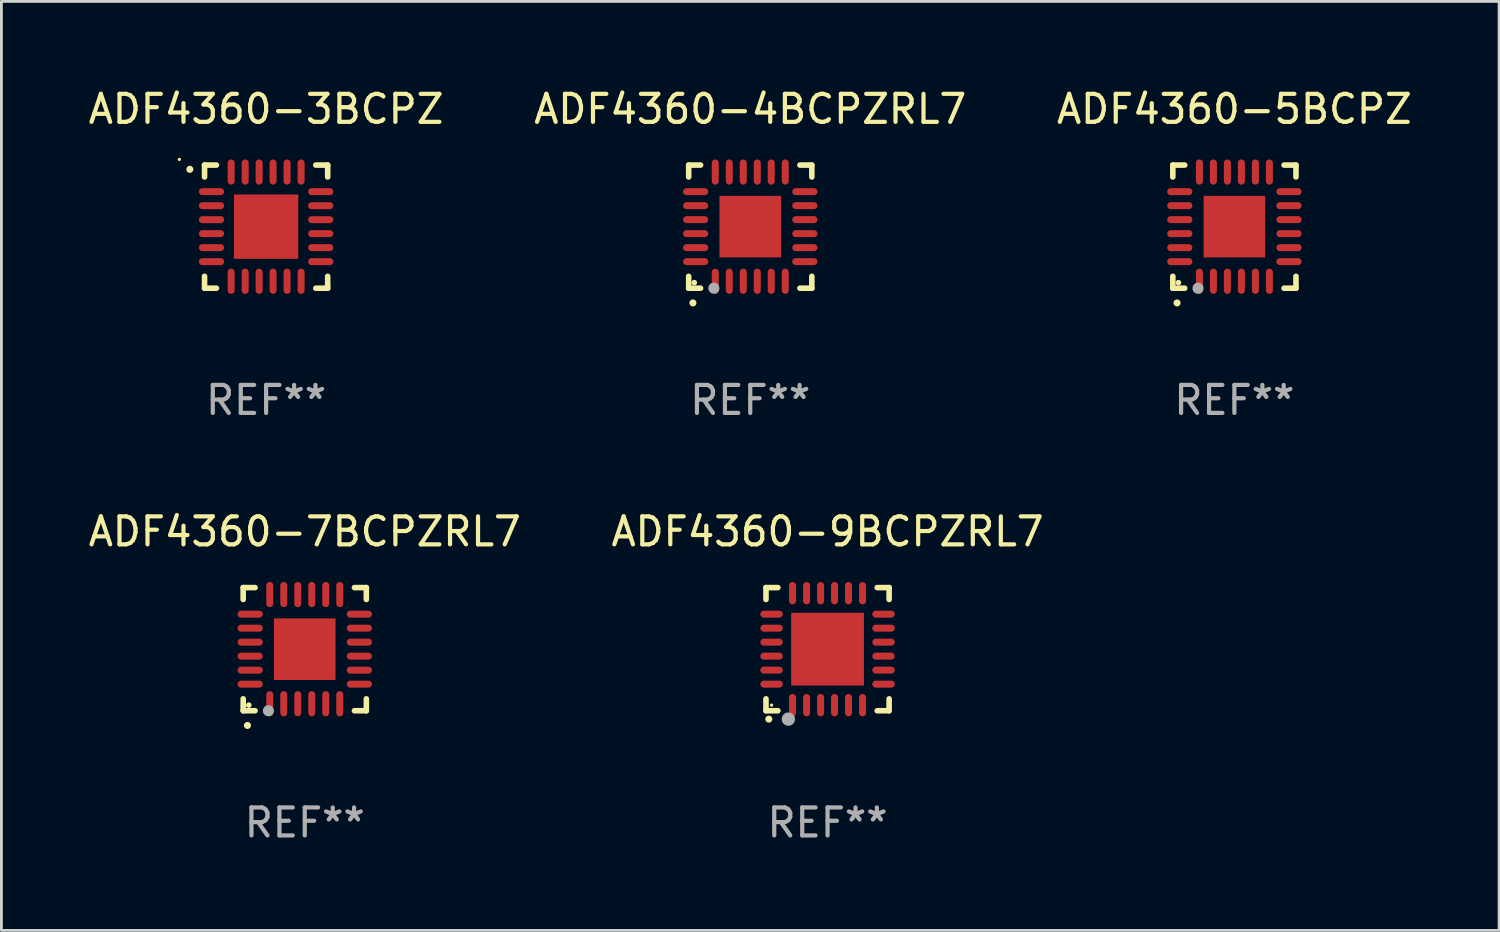
<source format=kicad_pcb>
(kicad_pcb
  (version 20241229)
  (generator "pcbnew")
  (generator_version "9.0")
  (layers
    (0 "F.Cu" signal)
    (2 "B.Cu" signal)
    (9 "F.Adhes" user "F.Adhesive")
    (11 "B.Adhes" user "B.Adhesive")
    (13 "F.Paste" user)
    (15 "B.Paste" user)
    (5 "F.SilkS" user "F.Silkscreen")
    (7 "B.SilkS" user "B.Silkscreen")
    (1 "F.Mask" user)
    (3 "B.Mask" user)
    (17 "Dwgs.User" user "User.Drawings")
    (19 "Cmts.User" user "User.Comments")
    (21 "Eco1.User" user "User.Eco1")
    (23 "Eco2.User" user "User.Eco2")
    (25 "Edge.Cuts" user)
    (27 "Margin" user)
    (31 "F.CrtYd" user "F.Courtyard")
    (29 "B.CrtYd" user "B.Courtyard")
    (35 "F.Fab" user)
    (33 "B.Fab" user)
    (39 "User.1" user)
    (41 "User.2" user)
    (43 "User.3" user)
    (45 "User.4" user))
  (footprint "ADF4360-3BCPZ"
    (layer "F.Cu")
    (at 6.458 5.048)
    (property "Reference" "ADF4360-3BCPZ" (at 0 -4.2 0) (layer "F.SilkS") (effects (font (size 1 1) (thickness 0.15))))
    (attr through_hole)
    (fp_line (start -2.2 -2.2) (end -1.775 -2.2) (stroke (width 0.2) (type solid)) (layer "F.SilkS"))
    (fp_line (start -2.2 -1.775) (end -2.2 -2.2) (stroke (width 0.2) (type solid)) (layer "F.SilkS"))
    (fp_line (start -2.2 2.2) (end -2.2 1.775) (stroke (width 0.2) (type solid)) (layer "F.SilkS"))
    (fp_line (start -1.775 2.2) (end -2.2 2.2) (stroke (width 0.2) (type solid)) (layer "F.SilkS"))
    (fp_line (start 1.775 2.2) (end 2.2 2.2) (stroke (width 0.2) (type solid)) (layer "F.SilkS"))
    (fp_line (start 2.2 -2.2) (end 1.775 -2.2) (stroke (width 0.2) (type solid)) (layer "F.SilkS"))
    (fp_line (start 2.2 -1.775) (end 2.2 -2.2) (stroke (width 0.2) (type solid)) (layer "F.SilkS"))
    (fp_line (start 2.2 2.2) (end 2.2 1.775) (stroke (width 0.2) (type solid)) (layer "F.SilkS"))
    (fp_arc (start -2.725425 -2.047244) (mid -2.725431 -2.048514) (end -2.725425 -2.049784) (stroke (width 0.25) (type solid)) (layer "F.SilkS"))
    (fp_circle (center -3.1 -2.401) (end -3.07 -2.401) (stroke (width 0.06) (type solid)) (fill no) (layer "F.SilkS"))
    (fp_text user "REF**" (at 0 6.2 0) (layer "F.Fab") (effects (font (size 1 1) (thickness 0.15))))
    (pad "1" smd oval (at -1.951 -1.25 90) (size 0.25 0.9) (layers "F.Cu" "F.Mask" "F.Paste"))
    (pad "2" smd oval (at -1.951 -0.749 90) (size 0.25 0.9) (layers "F.Cu" "F.Mask" "F.Paste"))
    (pad "3" smd oval (at -1.951 -0.249 90) (size 0.25 0.9) (layers "F.Cu" "F.Mask" "F.Paste"))
    (pad "4" smd oval (at -1.951 0.249 90) (size 0.25 0.9) (layers "F.Cu" "F.Mask" "F.Paste"))
    (pad "5" smd oval (at -1.951 0.749 90) (size 0.25 0.9) (layers "F.Cu" "F.Mask" "F.Paste"))
    (pad "6" smd oval (at -1.951 1.25 90) (size 0.25 0.9) (layers "F.Cu" "F.Mask" "F.Paste"))
    (pad "7" smd oval (at -1.25 1.951) (size 0.25 0.9) (layers "F.Cu" "F.Mask" "F.Paste"))
    (pad "8" smd oval (at -0.749 1.951) (size 0.25 0.9) (layers "F.Cu" "F.Mask" "F.Paste"))
    (pad "9" smd oval (at -0.249 1.951) (size 0.25 0.9) (layers "F.Cu" "F.Mask" "F.Paste"))
    (pad "10" smd oval (at 0.249 1.951) (size 0.25 0.9) (layers "F.Cu" "F.Mask" "F.Paste"))
    (pad "11" smd oval (at 0.749 1.951) (size 0.25 0.9) (layers "F.Cu" "F.Mask" "F.Paste"))
    (pad "12" smd oval (at 1.25 1.951) (size 0.25 0.9) (layers "F.Cu" "F.Mask" "F.Paste"))
    (pad "13" smd oval (at 1.951 1.25 90) (size 0.25 0.9) (layers "F.Cu" "F.Mask" "F.Paste"))
    (pad "14" smd oval (at 1.951 0.749 90) (size 0.25 0.9) (layers "F.Cu" "F.Mask" "F.Paste"))
    (pad "15" smd oval (at 1.951 0.249 90) (size 0.25 0.9) (layers "F.Cu" "F.Mask" "F.Paste"))
    (pad "16" smd oval (at 1.951 -0.249 90) (size 0.25 0.9) (layers "F.Cu" "F.Mask" "F.Paste"))
    (pad "17" smd oval (at 1.951 -0.749 90) (size 0.25 0.9) (layers "F.Cu" "F.Mask" "F.Paste"))
    (pad "18" smd oval (at 1.951 -1.25 90) (size 0.25 0.9) (layers "F.Cu" "F.Mask" "F.Paste"))
    (pad "19" smd oval (at 1.25 -1.951) (size 0.25 0.9) (layers "F.Cu" "F.Mask" "F.Paste"))
    (pad "20" smd oval (at 0.749 -1.951) (size 0.25 0.9) (layers "F.Cu" "F.Mask" "F.Paste"))
    (pad "21" smd oval (at 0.249 -1.951) (size 0.25 0.9) (layers "F.Cu" "F.Mask" "F.Paste"))
    (pad "22" smd oval (at -0.249 -1.951) (size 0.25 0.9) (layers "F.Cu" "F.Mask" "F.Paste"))
    (pad "23" smd oval (at -0.749 -1.951) (size 0.25 0.9) (layers "F.Cu" "F.Mask" "F.Paste"))
    (pad "24" smd oval (at -1.25 -1.951) (size 0.25 0.9) (layers "F.Cu" "F.Mask" "F.Paste"))
    (pad "25" smd rect (at 0 0) (size 2.3 2.3) (layers "F.Cu" "F.Mask" "F.Paste")))
  (footprint "ADF4360-5BCPZ"
    (layer "F.Cu")
    (at 41.054 5.048)
    (property "Reference" "ADF4360-5BCPZ" (at 0 -4.2 0) (layer "F.SilkS") (effects (font (size 1 1) (thickness 0.15))))
    (attr through_hole)
    (fp_line (start -2.2 -2.2) (end -2.2 -1.775) (stroke (width 0.2) (type solid)) (layer "F.SilkS"))
    (fp_line (start -2.2 2.2) (end -2.2 1.775) (stroke (width 0.2) (type solid)) (layer "F.SilkS"))
    (fp_line (start -1.775 -2.2) (end -2.2 -2.2) (stroke (width 0.2) (type solid)) (layer "F.SilkS"))
    (fp_line (start -1.775 2.2) (end -2.2 2.2) (stroke (width 0.2) (type solid)) (layer "F.SilkS"))
    (fp_line (start 2.2 -2.2) (end 1.775 -2.2) (stroke (width 0.2) (type solid)) (layer "F.SilkS"))
    (fp_line (start 2.2 -1.775) (end 2.2 -2.2) (stroke (width 0.2) (type solid)) (layer "F.SilkS"))
    (fp_line (start 2.2 1.775) (end 2.2 2.2) (stroke (width 0.2) (type solid)) (layer "F.SilkS"))
    (fp_line (start 2.2 2.2) (end 1.775 2.2) (stroke (width 0.2) (type solid)) (layer "F.SilkS"))
    (fp_arc (start -2.049784 2.725425) (mid -2.048514 2.725419) (end -2.047244 2.725425) (stroke (width 0.25) (type solid)) (layer "F.SilkS"))
    (fp_circle (center -2 2) (end -1.95 2) (stroke (width 0.1) (type solid)) (fill no) (layer "F.SilkS"))
    (fp_circle (center -1.3 2.2) (end -1.2 2.2) (stroke (width 0.2) (type solid)) (fill no) (layer "F.Fab"))
    (fp_text user "REF**" (at 0 6.2 0) (layer "F.Fab") (effects (font (size 1 1) (thickness 0.15))))
    (pad "1" smd oval (at -1.25 1.951) (size 0.25 0.9) (layers "F.Cu" "F.Mask" "F.Paste"))
    (pad "2" smd oval (at -0.75 1.951) (size 0.25 0.9) (layers "F.Cu" "F.Mask" "F.Paste"))
    (pad "3" smd oval (at -0.25 1.951) (size 0.25 0.9) (layers "F.Cu" "F.Mask" "F.Paste"))
    (pad "4" smd oval (at 0.25 1.951) (size 0.25 0.9) (layers "F.Cu" "F.Mask" "F.Paste"))
    (pad "5" smd oval (at 0.75 1.951) (size 0.25 0.9) (layers "F.Cu" "F.Mask" "F.Paste"))
    (pad "6" smd oval (at 1.25 1.951) (size 0.25 0.9) (layers "F.Cu" "F.Mask" "F.Paste"))
    (pad "7" smd oval (at 1.951 1.25) (size 0.9 0.25) (layers "F.Cu" "F.Mask" "F.Paste"))
    (pad "8" smd oval (at 1.951 0.75) (size 0.9 0.25) (layers "F.Cu" "F.Mask" "F.Paste"))
    (pad "9" smd oval (at 1.951 0.25) (size 0.9 0.25) (layers "F.Cu" "F.Mask" "F.Paste"))
    (pad "10" smd oval (at 1.951 -0.25) (size 0.9 0.25) (layers "F.Cu" "F.Mask" "F.Paste"))
    (pad "11" smd oval (at 1.951 -0.75) (size 0.9 0.25) (layers "F.Cu" "F.Mask" "F.Paste"))
    (pad "12" smd oval (at 1.951 -1.25) (size 0.9 0.25) (layers "F.Cu" "F.Mask" "F.Paste"))
    (pad "13" smd oval (at 1.25 -1.951) (size 0.25 0.9) (layers "F.Cu" "F.Mask" "F.Paste"))
    (pad "14" smd oval (at 0.75 -1.951) (size 0.25 0.9) (layers "F.Cu" "F.Mask" "F.Paste"))
    (pad "15" smd oval (at 0.25 -1.951) (size 0.25 0.9) (layers "F.Cu" "F.Mask" "F.Paste"))
    (pad "16" smd oval (at -0.25 -1.951) (size 0.25 0.9) (layers "F.Cu" "F.Mask" "F.Paste"))
    (pad "17" smd oval (at -0.75 -1.951) (size 0.25 0.9) (layers "F.Cu" "F.Mask" "F.Paste"))
    (pad "18" smd oval (at -1.25 -1.951) (size 0.25 0.9) (layers "F.Cu" "F.Mask" "F.Paste"))
    (pad "19" smd oval (at -1.951 -1.25) (size 0.9 0.25) (layers "F.Cu" "F.Mask" "F.Paste"))
    (pad "20" smd oval (at -1.951 -0.75) (size 0.9 0.25) (layers "F.Cu" "F.Mask" "F.Paste"))
    (pad "21" smd oval (at -1.951 -0.25) (size 0.9 0.25) (layers "F.Cu" "F.Mask" "F.Paste"))
    (pad "22" smd oval (at -1.951 0.25) (size 0.9 0.25) (layers "F.Cu" "F.Mask" "F.Paste"))
    (pad "23" smd oval (at -1.951 0.75) (size 0.9 0.25) (layers "F.Cu" "F.Mask" "F.Paste"))
    (pad "24" smd oval (at -1.951 1.25) (size 0.9 0.25) (layers "F.Cu" "F.Mask" "F.Paste"))
    (pad "25" smd rect (at 0.000076 0) (size 2.2 2.2) (layers "F.Cu" "F.Mask" "F.Paste")))
  (footprint "ADF4360-7BCPZRL7"
    (layer "F.Cu")
    (at 7.839 20.144)
    (property "Reference" "ADF4360-7BCPZRL7" (at 0 -4.2 0) (layer "F.SilkS") (effects (font (size 1 1) (thickness 0.15))))
    (attr through_hole)
    (fp_line (start -2.2 -2.2) (end -2.2 -1.775) (stroke (width 0.2) (type solid)) (layer "F.SilkS"))
    (fp_line (start -2.2 2.2) (end -2.2 1.775) (stroke (width 0.2) (type solid)) (layer "F.SilkS"))
    (fp_line (start -1.775 -2.2) (end -2.2 -2.2) (stroke (width 0.2) (type solid)) (layer "F.SilkS"))
    (fp_line (start -1.775 2.2) (end -2.2 2.2) (stroke (width 0.2) (type solid)) (layer "F.SilkS"))
    (fp_line (start 2.2 -2.2) (end 1.775 -2.2) (stroke (width 0.2) (type solid)) (layer "F.SilkS"))
    (fp_line (start 2.2 -1.775) (end 2.2 -2.2) (stroke (width 0.2) (type solid)) (layer "F.SilkS"))
    (fp_line (start 2.2 1.775) (end 2.2 2.2) (stroke (width 0.2) (type solid)) (layer "F.SilkS"))
    (fp_line (start 2.2 2.2) (end 1.775 2.2) (stroke (width 0.2) (type solid)) (layer "F.SilkS"))
    (fp_arc (start -2.049784 2.725425) (mid -2.048514 2.725419) (end -2.047244 2.725425) (stroke (width 0.25) (type solid)) (layer "F.SilkS"))
    (fp_circle (center -2 2) (end -1.95 2) (stroke (width 0.1) (type solid)) (fill no) (layer "F.SilkS"))
    (fp_circle (center -1.3 2.2) (end -1.2 2.2) (stroke (width 0.2) (type solid)) (fill no) (layer "F.Fab"))
    (fp_text user "REF**" (at 0 6.2 0) (layer "F.Fab") (effects (font (size 1 1) (thickness 0.15))))
    (pad "1" smd oval (at -1.25 1.951) (size 0.25 0.9) (layers "F.Cu" "F.Mask" "F.Paste"))
    (pad "2" smd oval (at -0.75 1.951) (size 0.25 0.9) (layers "F.Cu" "F.Mask" "F.Paste"))
    (pad "3" smd oval (at -0.25 1.951) (size 0.25 0.9) (layers "F.Cu" "F.Mask" "F.Paste"))
    (pad "4" smd oval (at 0.25 1.951) (size 0.25 0.9) (layers "F.Cu" "F.Mask" "F.Paste"))
    (pad "5" smd oval (at 0.75 1.951) (size 0.25 0.9) (layers "F.Cu" "F.Mask" "F.Paste"))
    (pad "6" smd oval (at 1.25 1.951) (size 0.25 0.9) (layers "F.Cu" "F.Mask" "F.Paste"))
    (pad "7" smd oval (at 1.951 1.25) (size 0.9 0.25) (layers "F.Cu" "F.Mask" "F.Paste"))
    (pad "8" smd oval (at 1.951 0.75) (size 0.9 0.25) (layers "F.Cu" "F.Mask" "F.Paste"))
    (pad "9" smd oval (at 1.951 0.25) (size 0.9 0.25) (layers "F.Cu" "F.Mask" "F.Paste"))
    (pad "10" smd oval (at 1.951 -0.25) (size 0.9 0.25) (layers "F.Cu" "F.Mask" "F.Paste"))
    (pad "11" smd oval (at 1.951 -0.75) (size 0.9 0.25) (layers "F.Cu" "F.Mask" "F.Paste"))
    (pad "12" smd oval (at 1.951 -1.25) (size 0.9 0.25) (layers "F.Cu" "F.Mask" "F.Paste"))
    (pad "13" smd oval (at 1.25 -1.951) (size 0.25 0.9) (layers "F.Cu" "F.Mask" "F.Paste"))
    (pad "14" smd oval (at 0.75 -1.951) (size 0.25 0.9) (layers "F.Cu" "F.Mask" "F.Paste"))
    (pad "15" smd oval (at 0.25 -1.951) (size 0.25 0.9) (layers "F.Cu" "F.Mask" "F.Paste"))
    (pad "16" smd oval (at -0.25 -1.951) (size 0.25 0.9) (layers "F.Cu" "F.Mask" "F.Paste"))
    (pad "17" smd oval (at -0.75 -1.951) (size 0.25 0.9) (layers "F.Cu" "F.Mask" "F.Paste"))
    (pad "18" smd oval (at -1.25 -1.951) (size 0.25 0.9) (layers "F.Cu" "F.Mask" "F.Paste"))
    (pad "19" smd oval (at -1.951 -1.25) (size 0.9 0.25) (layers "F.Cu" "F.Mask" "F.Paste"))
    (pad "20" smd oval (at -1.951 -0.75) (size 0.9 0.25) (layers "F.Cu" "F.Mask" "F.Paste"))
    (pad "21" smd oval (at -1.951 -0.25) (size 0.9 0.25) (layers "F.Cu" "F.Mask" "F.Paste"))
    (pad "22" smd oval (at -1.951 0.25) (size 0.9 0.25) (layers "F.Cu" "F.Mask" "F.Paste"))
    (pad "23" smd oval (at -1.951 0.75) (size 0.9 0.25) (layers "F.Cu" "F.Mask" "F.Paste"))
    (pad "24" smd oval (at -1.951 1.25) (size 0.9 0.25) (layers "F.Cu" "F.Mask" "F.Paste"))
    (pad "25" smd rect (at 0.000076 0) (size 2.2 2.2) (layers "F.Cu" "F.Mask" "F.Paste")))
  (footprint "ADF4360-4BCPZRL7"
    (layer "F.Cu")
    (at 23.756 5.048)
    (property "Reference" "ADF4360-4BCPZRL7" (at 0 -4.2 0) (layer "F.SilkS") (effects (font (size 1 1) (thickness 0.15))))
    (attr through_hole)
    (fp_line (start -2.2 -2.2) (end -2.2 -1.775) (stroke (width 0.2) (type solid)) (layer "F.SilkS"))
    (fp_line (start -2.2 2.2) (end -2.2 1.775) (stroke (width 0.2) (type solid)) (layer "F.SilkS"))
    (fp_line (start -1.775 -2.2) (end -2.2 -2.2) (stroke (width 0.2) (type solid)) (layer "F.SilkS"))
    (fp_line (start -1.775 2.2) (end -2.2 2.2) (stroke (width 0.2) (type solid)) (layer "F.SilkS"))
    (fp_line (start 2.2 -2.2) (end 1.775 -2.2) (stroke (width 0.2) (type solid)) (layer "F.SilkS"))
    (fp_line (start 2.2 -1.775) (end 2.2 -2.2) (stroke (width 0.2) (type solid)) (layer "F.SilkS"))
    (fp_line (start 2.2 1.775) (end 2.2 2.2) (stroke (width 0.2) (type solid)) (layer "F.SilkS"))
    (fp_line (start 2.2 2.2) (end 1.775 2.2) (stroke (width 0.2) (type solid)) (layer "F.SilkS"))
    (fp_arc (start -2.049784 2.725425) (mid -2.048514 2.725419) (end -2.047244 2.725425) (stroke (width 0.25) (type solid)) (layer "F.SilkS"))
    (fp_circle (center -2 2) (end -1.95 2) (stroke (width 0.1) (type solid)) (fill no) (layer "F.SilkS"))
    (fp_circle (center -1.3 2.2) (end -1.2 2.2) (stroke (width 0.2) (type solid)) (fill no) (layer "F.Fab"))
    (fp_text user "REF**" (at 0 6.2 0) (layer "F.Fab") (effects (font (size 1 1) (thickness 0.15))))
    (pad "1" smd oval (at -1.25 1.951) (size 0.25 0.9) (layers "F.Cu" "F.Mask" "F.Paste"))
    (pad "2" smd oval (at -0.75 1.951) (size 0.25 0.9) (layers "F.Cu" "F.Mask" "F.Paste"))
    (pad "3" smd oval (at -0.25 1.951) (size 0.25 0.9) (layers "F.Cu" "F.Mask" "F.Paste"))
    (pad "4" smd oval (at 0.25 1.951) (size 0.25 0.9) (layers "F.Cu" "F.Mask" "F.Paste"))
    (pad "5" smd oval (at 0.75 1.951) (size 0.25 0.9) (layers "F.Cu" "F.Mask" "F.Paste"))
    (pad "6" smd oval (at 1.25 1.951) (size 0.25 0.9) (layers "F.Cu" "F.Mask" "F.Paste"))
    (pad "7" smd oval (at 1.951 1.25) (size 0.9 0.25) (layers "F.Cu" "F.Mask" "F.Paste"))
    (pad "8" smd oval (at 1.951 0.75) (size 0.9 0.25) (layers "F.Cu" "F.Mask" "F.Paste"))
    (pad "9" smd oval (at 1.951 0.25) (size 0.9 0.25) (layers "F.Cu" "F.Mask" "F.Paste"))
    (pad "10" smd oval (at 1.951 -0.25) (size 0.9 0.25) (layers "F.Cu" "F.Mask" "F.Paste"))
    (pad "11" smd oval (at 1.951 -0.75) (size 0.9 0.25) (layers "F.Cu" "F.Mask" "F.Paste"))
    (pad "12" smd oval (at 1.951 -1.25) (size 0.9 0.25) (layers "F.Cu" "F.Mask" "F.Paste"))
    (pad "13" smd oval (at 1.25 -1.951) (size 0.25 0.9) (layers "F.Cu" "F.Mask" "F.Paste"))
    (pad "14" smd oval (at 0.75 -1.951) (size 0.25 0.9) (layers "F.Cu" "F.Mask" "F.Paste"))
    (pad "15" smd oval (at 0.25 -1.951) (size 0.25 0.9) (layers "F.Cu" "F.Mask" "F.Paste"))
    (pad "16" smd oval (at -0.25 -1.951) (size 0.25 0.9) (layers "F.Cu" "F.Mask" "F.Paste"))
    (pad "17" smd oval (at -0.75 -1.951) (size 0.25 0.9) (layers "F.Cu" "F.Mask" "F.Paste"))
    (pad "18" smd oval (at -1.25 -1.951) (size 0.25 0.9) (layers "F.Cu" "F.Mask" "F.Paste"))
    (pad "19" smd oval (at -1.951 -1.25) (size 0.9 0.25) (layers "F.Cu" "F.Mask" "F.Paste"))
    (pad "20" smd oval (at -1.951 -0.75) (size 0.9 0.25) (layers "F.Cu" "F.Mask" "F.Paste"))
    (pad "21" smd oval (at -1.951 -0.25) (size 0.9 0.25) (layers "F.Cu" "F.Mask" "F.Paste"))
    (pad "22" smd oval (at -1.951 0.25) (size 0.9 0.25) (layers "F.Cu" "F.Mask" "F.Paste"))
    (pad "23" smd oval (at -1.951 0.75) (size 0.9 0.25) (layers "F.Cu" "F.Mask" "F.Paste"))
    (pad "24" smd oval (at -1.951 1.25) (size 0.9 0.25) (layers "F.Cu" "F.Mask" "F.Paste"))
    (pad "25" smd rect (at 0.000076 0) (size 2.2 2.2) (layers "F.Cu" "F.Mask" "F.Paste")))
  (footprint "ADF4360-9BCPZRL7"
    (layer "F.Cu")
    (at 26.518 20.144)
    (property "Reference" "ADF4360-9BCPZRL7" (at 0 -4.2 0) (layer "F.SilkS") (effects (font (size 1 1) (thickness 0.15))))
    (attr through_hole)
    (fp_line (start -2.2 -2.2) (end -2.2 -1.775) (stroke (width 0.2) (type solid)) (layer "F.SilkS"))
    (fp_line (start -2.2 2.2) (end -2.2 1.775) (stroke (width 0.2) (type solid)) (layer "F.SilkS"))
    (fp_line (start -1.775 -2.2) (end -2.2 -2.2) (stroke (width 0.2) (type solid)) (layer "F.SilkS"))
    (fp_line (start -1.775 2.2) (end -2.2 2.2) (stroke (width 0.2) (type solid)) (layer "F.SilkS"))
    (fp_line (start 2.2 -2.2) (end 1.775 -2.2) (stroke (width 0.2) (type solid)) (layer "F.SilkS"))
    (fp_line (start 2.2 -1.775) (end 2.2 -2.2) (stroke (width 0.2) (type solid)) (layer "F.SilkS"))
    (fp_line (start 2.2 1.775) (end 2.2 2.2) (stroke (width 0.2) (type solid)) (layer "F.SilkS"))
    (fp_line (start 2.2 2.2) (end 1.775 2.2) (stroke (width 0.2) (type solid)) (layer "F.SilkS"))
    (fp_arc (start -2.1 2.5) (mid -2.09873 2.499994) (end -2.09746 2.5) (stroke (width 0.25) (type solid)) (layer "F.SilkS"))
    (fp_circle (center -2 2) (end -1.97 2) (stroke (width 0.06) (type solid)) (fill no) (layer "F.SilkS"))
    (fp_circle (center -1.4 2.5) (end -1.28 2.5) (stroke (width 0.24) (type solid)) (fill no) (layer "F.Fab"))
    (fp_text user "REF**" (at 0 6.2 0) (layer "F.Fab") (effects (font (size 1 1) (thickness 0.15))))
    (pad "1" smd oval (at -1.25 2) (size 0.25 0.8) (layers "F.Cu" "F.Mask" "F.Paste"))
    (pad "2" smd oval (at -0.749 2) (size 0.25 0.8) (layers "F.Cu" "F.Mask" "F.Paste"))
    (pad "3" smd oval (at -0.249 2) (size 0.25 0.8) (layers "F.Cu" "F.Mask" "F.Paste"))
    (pad "4" smd oval (at 0.249 2) (size 0.25 0.8) (layers "F.Cu" "F.Mask" "F.Paste"))
    (pad "5" smd oval (at 0.749 2) (size 0.25 0.8) (layers "F.Cu" "F.Mask" "F.Paste"))
    (pad "6" smd oval (at 1.25 2) (size 0.25 0.8) (layers "F.Cu" "F.Mask" "F.Paste"))
    (pad "7" smd oval (at 2 1.25) (size 0.8 0.25) (layers "F.Cu" "F.Mask" "F.Paste"))
    (pad "8" smd oval (at 2 0.749) (size 0.8 0.25) (layers "F.Cu" "F.Mask" "F.Paste"))
    (pad "9" smd oval (at 2 0.249) (size 0.8 0.25) (layers "F.Cu" "F.Mask" "F.Paste"))
    (pad "10" smd oval (at 2 -0.249) (size 0.8 0.25) (layers "F.Cu" "F.Mask" "F.Paste"))
    (pad "11" smd oval (at 2 -0.749) (size 0.8 0.25) (layers "F.Cu" "F.Mask" "F.Paste"))
    (pad "12" smd oval (at 2 -1.25) (size 0.8 0.25) (layers "F.Cu" "F.Mask" "F.Paste"))
    (pad "13" smd oval (at 1.25 -2) (size 0.25 0.8) (layers "F.Cu" "F.Mask" "F.Paste"))
    (pad "14" smd oval (at 0.749 -2) (size 0.25 0.8) (layers "F.Cu" "F.Mask" "F.Paste"))
    (pad "15" smd oval (at 0.249 -2) (size 0.25 0.8) (layers "F.Cu" "F.Mask" "F.Paste"))
    (pad "16" smd oval (at -0.249 -2) (size 0.25 0.8) (layers "F.Cu" "F.Mask" "F.Paste"))
    (pad "17" smd oval (at -0.749 -2) (size 0.25 0.8) (layers "F.Cu" "F.Mask" "F.Paste"))
    (pad "18" smd oval (at -1.25 -2) (size 0.25 0.8) (layers "F.Cu" "F.Mask" "F.Paste"))
    (pad "19" smd oval (at -2 -1.25) (size 0.8 0.25) (layers "F.Cu" "F.Mask" "F.Paste"))
    (pad "20" smd oval (at -2 -0.749) (size 0.8 0.25) (layers "F.Cu" "F.Mask" "F.Paste"))
    (pad "21" smd oval (at -2 -0.249) (size 0.8 0.25) (layers "F.Cu" "F.Mask" "F.Paste"))
    (pad "22" smd oval (at -2 0.249) (size 0.8 0.25) (layers "F.Cu" "F.Mask" "F.Paste"))
    (pad "23" smd oval (at -2 0.749) (size 0.8 0.25) (layers "F.Cu" "F.Mask" "F.Paste"))
    (pad "24" smd oval (at -2 1.25) (size 0.8 0.25) (layers "F.Cu" "F.Mask" "F.Paste"))
    (pad "25" smd rect (at 0 0) (size 2.6 2.6) (layers "F.Cu" "F.Mask" "F.Paste")))
  (gr_rect
    (start -3 -3)
    (end 50.512 30.192)
    (stroke (width 0.1) (type default))
    (fill no)
    (layer "Edge.Cuts")))
</source>
